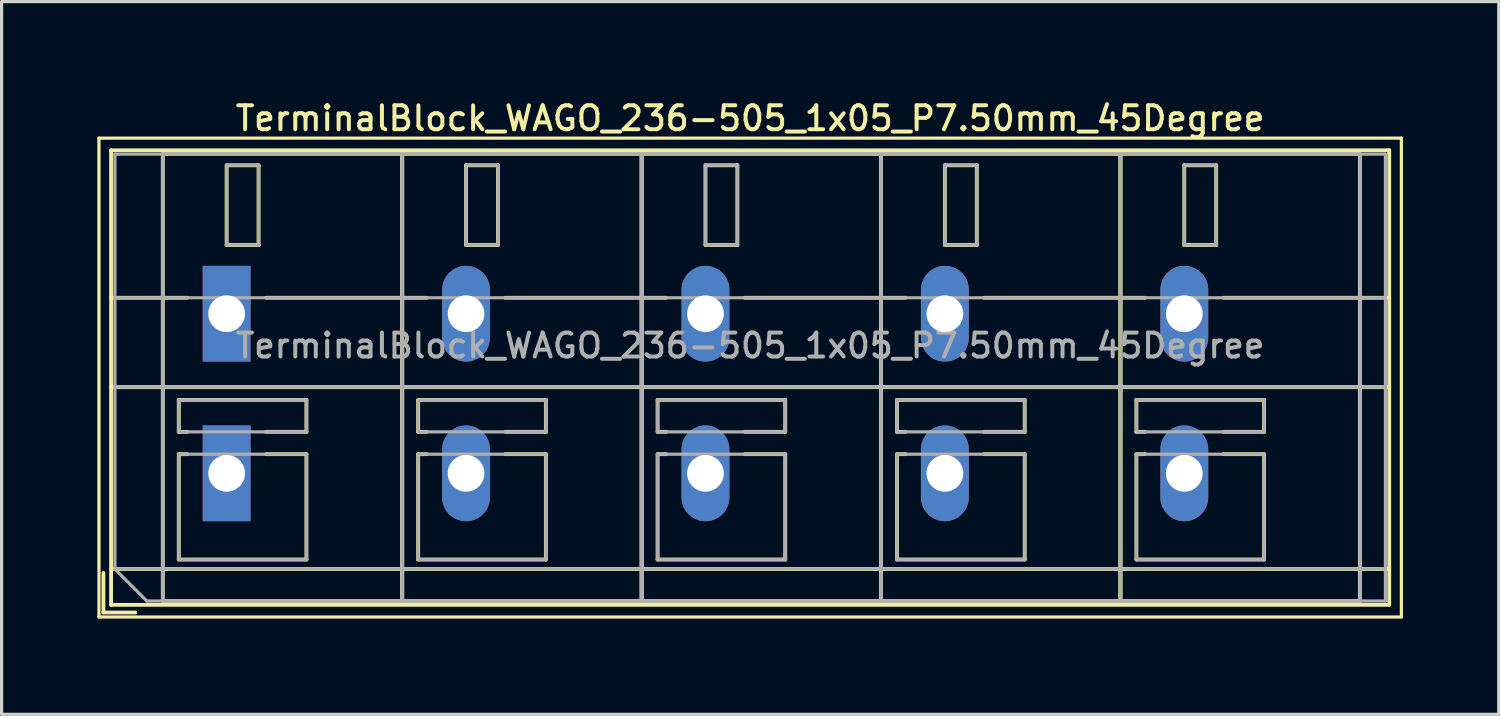
<source format=kicad_pcb>
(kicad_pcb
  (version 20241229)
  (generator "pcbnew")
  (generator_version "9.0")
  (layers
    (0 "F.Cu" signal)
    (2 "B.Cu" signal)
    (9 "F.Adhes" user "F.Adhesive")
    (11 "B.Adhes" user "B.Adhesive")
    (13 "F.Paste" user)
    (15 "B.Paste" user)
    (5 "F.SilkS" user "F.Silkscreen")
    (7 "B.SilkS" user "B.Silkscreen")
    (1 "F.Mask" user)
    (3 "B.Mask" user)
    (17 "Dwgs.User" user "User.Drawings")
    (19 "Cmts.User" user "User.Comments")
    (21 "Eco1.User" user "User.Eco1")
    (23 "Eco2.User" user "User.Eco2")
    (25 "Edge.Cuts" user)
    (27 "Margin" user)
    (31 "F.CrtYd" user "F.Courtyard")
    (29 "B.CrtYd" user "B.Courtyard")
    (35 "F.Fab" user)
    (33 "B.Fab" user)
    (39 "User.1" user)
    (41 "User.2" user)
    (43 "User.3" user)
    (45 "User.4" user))
  (footprint "TerminalBlock_WAGO_236-505_1x05_P7.50mm_45Degree"
    (layer "F.Cu")
    (at 4.05 6.778)
    (property "Reference" "TerminalBlock_WAGO_236-505_1x05_P7.50mm_45Degree" (at 16.4 -6.12 0) (layer "F.SilkS") (effects (font (size 0.75 0.75) (thickness 0.125))))
    (attr through_hole)
    (fp_line (start -4 -5.5) (end -4 9.5) (stroke (width 0.1) (type solid)) (layer "F.SilkS"))
    (fp_line (start -4 9.5) (end 36.8 9.5) (stroke (width 0.1) (type solid)) (layer "F.SilkS"))
    (fp_line (start -3.86 8.12) (end -3.86 9.36) (stroke (width 0.12) (type solid)) (layer "F.SilkS"))
    (fp_line (start -3.86 9.36) (end -2.86 9.36) (stroke (width 0.12) (type solid)) (layer "F.SilkS"))
    (fp_line (start -3.62 -5.12) (end -3.62 9.12) (stroke (width 0.12) (type solid)) (layer "F.SilkS"))
    (fp_line (start -3.62 -5.12) (end 36.42 -5.12) (stroke (width 0.12) (type solid)) (layer "F.SilkS"))
    (fp_line (start -3.62 -0.5) (end -1.23 -0.5) (stroke (width 0.12) (type solid)) (layer "F.SilkS"))
    (fp_line (start -3.62 2.3) (end 36.42 2.3) (stroke (width 0.12) (type solid)) (layer "F.SilkS"))
    (fp_line (start -3.62 8) (end 36.42 8) (stroke (width 0.12) (type solid)) (layer "F.SilkS"))
    (fp_line (start -3.62 9.12) (end 36.42 9.12) (stroke (width 0.12) (type solid)) (layer "F.SilkS"))
    (fp_line (start -2 -5) (end -2 9) (stroke (width 0.12) (type solid)) (layer "F.SilkS"))
    (fp_line (start -2 -5) (end 5.5 -5) (stroke (width 0.12) (type solid)) (layer "F.SilkS"))
    (fp_line (start -2 9) (end 5.5 9) (stroke (width 0.12) (type solid)) (layer "F.SilkS"))
    (fp_line (start -1.5 2.7) (end -1.5 3.7) (stroke (width 0.12) (type solid)) (layer "F.SilkS"))
    (fp_line (start -1.5 2.7) (end 2.5 2.7) (stroke (width 0.12) (type solid)) (layer "F.SilkS"))
    (fp_line (start -1.5 3.7) (end -1.23 3.7) (stroke (width 0.12) (type solid)) (layer "F.SilkS"))
    (fp_line (start -1.5 4.4) (end -1.5 7.7) (stroke (width 0.12) (type solid)) (layer "F.SilkS"))
    (fp_line (start -1.5 4.4) (end -1.23 4.4) (stroke (width 0.12) (type solid)) (layer "F.SilkS"))
    (fp_line (start -1.5 7.7) (end 2.5 7.7) (stroke (width 0.12) (type solid)) (layer "F.SilkS"))
    (fp_line (start 0 -4.65) (end 0 -2.151) (stroke (width 0.12) (type solid)) (layer "F.SilkS"))
    (fp_line (start 0 -4.65) (end 1 -4.65) (stroke (width 0.12) (type solid)) (layer "F.SilkS"))
    (fp_line (start 0 -2.151) (end 1 -2.151) (stroke (width 0.12) (type solid)) (layer "F.SilkS"))
    (fp_line (start 1 -4.65) (end 1 -2.151) (stroke (width 0.12) (type solid)) (layer "F.SilkS"))
    (fp_line (start 1.23 -0.5) (end 6.27 -0.5) (stroke (width 0.12) (type solid)) (layer "F.SilkS"))
    (fp_line (start 1.23 3.7) (end 2.5 3.7) (stroke (width 0.12) (type solid)) (layer "F.SilkS"))
    (fp_line (start 1.23 4.4) (end 2.5 4.4) (stroke (width 0.12) (type solid)) (layer "F.SilkS"))
    (fp_line (start 2.5 2.7) (end 2.5 3.7) (stroke (width 0.12) (type solid)) (layer "F.SilkS"))
    (fp_line (start 2.5 4.4) (end 2.5 7.7) (stroke (width 0.12) (type solid)) (layer "F.SilkS"))
    (fp_line (start 5.5 -5) (end 5.5 9) (stroke (width 0.12) (type solid)) (layer "F.SilkS"))
    (fp_line (start 5.5 -5) (end 5.5 9) (stroke (width 0.12) (type solid)) (layer "F.SilkS"))
    (fp_line (start 5.5 -5) (end 13 -5) (stroke (width 0.12) (type solid)) (layer "F.SilkS"))
    (fp_line (start 5.5 9) (end 13 9) (stroke (width 0.12) (type solid)) (layer "F.SilkS"))
    (fp_line (start 6 2.7) (end 6 3.7) (stroke (width 0.12) (type solid)) (layer "F.SilkS"))
    (fp_line (start 6 2.7) (end 10 2.7) (stroke (width 0.12) (type solid)) (layer "F.SilkS"))
    (fp_line (start 6 3.7) (end 6.27 3.7) (stroke (width 0.12) (type solid)) (layer "F.SilkS"))
    (fp_line (start 6 4.4) (end 6 7.7) (stroke (width 0.12) (type solid)) (layer "F.SilkS"))
    (fp_line (start 6 4.4) (end 6.27 4.4) (stroke (width 0.12) (type solid)) (layer "F.SilkS"))
    (fp_line (start 6 7.7) (end 10 7.7) (stroke (width 0.12) (type solid)) (layer "F.SilkS"))
    (fp_line (start 7.5 -4.65) (end 7.5 -2.151) (stroke (width 0.12) (type solid)) (layer "F.SilkS"))
    (fp_line (start 7.5 -4.65) (end 8.5 -4.65) (stroke (width 0.12) (type solid)) (layer "F.SilkS"))
    (fp_line (start 7.5 -2.151) (end 8.5 -2.151) (stroke (width 0.12) (type solid)) (layer "F.SilkS"))
    (fp_line (start 8.5 -4.65) (end 8.5 -2.151) (stroke (width 0.12) (type solid)) (layer "F.SilkS"))
    (fp_line (start 8.73 -0.5) (end 13.77 -0.5) (stroke (width 0.12) (type solid)) (layer "F.SilkS"))
    (fp_line (start 8.73 3.7) (end 10 3.7) (stroke (width 0.12) (type solid)) (layer "F.SilkS"))
    (fp_line (start 8.73 4.4) (end 10 4.4) (stroke (width 0.12) (type solid)) (layer "F.SilkS"))
    (fp_line (start 10 2.7) (end 10 3.7) (stroke (width 0.12) (type solid)) (layer "F.SilkS"))
    (fp_line (start 10 4.4) (end 10 7.7) (stroke (width 0.12) (type solid)) (layer "F.SilkS"))
    (fp_line (start 13 -5) (end 13 9) (stroke (width 0.12) (type solid)) (layer "F.SilkS"))
    (fp_line (start 13 -5) (end 13 9) (stroke (width 0.12) (type solid)) (layer "F.SilkS"))
    (fp_line (start 13 -5) (end 20.5 -5) (stroke (width 0.12) (type solid)) (layer "F.SilkS"))
    (fp_line (start 13 9) (end 20.5 9) (stroke (width 0.12) (type solid)) (layer "F.SilkS"))
    (fp_line (start 13.5 2.7) (end 13.5 3.7) (stroke (width 0.12) (type solid)) (layer "F.SilkS"))
    (fp_line (start 13.5 2.7) (end 17.5 2.7) (stroke (width 0.12) (type solid)) (layer "F.SilkS"))
    (fp_line (start 13.5 3.7) (end 13.77 3.7) (stroke (width 0.12) (type solid)) (layer "F.SilkS"))
    (fp_line (start 13.5 4.4) (end 13.5 7.7) (stroke (width 0.12) (type solid)) (layer "F.SilkS"))
    (fp_line (start 13.5 4.4) (end 13.77 4.4) (stroke (width 0.12) (type solid)) (layer "F.SilkS"))
    (fp_line (start 13.5 7.7) (end 17.5 7.7) (stroke (width 0.12) (type solid)) (layer "F.SilkS"))
    (fp_line (start 15 -4.65) (end 15 -2.151) (stroke (width 0.12) (type solid)) (layer "F.SilkS"))
    (fp_line (start 15 -4.65) (end 16 -4.65) (stroke (width 0.12) (type solid)) (layer "F.SilkS"))
    (fp_line (start 15 -2.151) (end 16 -2.151) (stroke (width 0.12) (type solid)) (layer "F.SilkS"))
    (fp_line (start 16 -4.65) (end 16 -2.151) (stroke (width 0.12) (type solid)) (layer "F.SilkS"))
    (fp_line (start 16.23 -0.5) (end 21.27 -0.5) (stroke (width 0.12) (type solid)) (layer "F.SilkS"))
    (fp_line (start 16.23 3.7) (end 17.5 3.7) (stroke (width 0.12) (type solid)) (layer "F.SilkS"))
    (fp_line (start 16.23 4.4) (end 17.5 4.4) (stroke (width 0.12) (type solid)) (layer "F.SilkS"))
    (fp_line (start 17.5 2.7) (end 17.5 3.7) (stroke (width 0.12) (type solid)) (layer "F.SilkS"))
    (fp_line (start 17.5 4.4) (end 17.5 7.7) (stroke (width 0.12) (type solid)) (layer "F.SilkS"))
    (fp_line (start 20.5 -5) (end 20.5 9) (stroke (width 0.12) (type solid)) (layer "F.SilkS"))
    (fp_line (start 20.5 -5) (end 20.5 9) (stroke (width 0.12) (type solid)) (layer "F.SilkS"))
    (fp_line (start 20.5 -5) (end 28 -5) (stroke (width 0.12) (type solid)) (layer "F.SilkS"))
    (fp_line (start 20.5 9) (end 28 9) (stroke (width 0.12) (type solid)) (layer "F.SilkS"))
    (fp_line (start 21 2.7) (end 21 3.7) (stroke (width 0.12) (type solid)) (layer "F.SilkS"))
    (fp_line (start 21 2.7) (end 25 2.7) (stroke (width 0.12) (type solid)) (layer "F.SilkS"))
    (fp_line (start 21 3.7) (end 21.27 3.7) (stroke (width 0.12) (type solid)) (layer "F.SilkS"))
    (fp_line (start 21 4.4) (end 21 7.7) (stroke (width 0.12) (type solid)) (layer "F.SilkS"))
    (fp_line (start 21 4.4) (end 21.27 4.4) (stroke (width 0.12) (type solid)) (layer "F.SilkS"))
    (fp_line (start 21 7.7) (end 25 7.7) (stroke (width 0.12) (type solid)) (layer "F.SilkS"))
    (fp_line (start 22.5 -4.65) (end 22.5 -2.151) (stroke (width 0.12) (type solid)) (layer "F.SilkS"))
    (fp_line (start 22.5 -4.65) (end 23.5 -4.65) (stroke (width 0.12) (type solid)) (layer "F.SilkS"))
    (fp_line (start 22.5 -2.151) (end 23.5 -2.151) (stroke (width 0.12) (type solid)) (layer "F.SilkS"))
    (fp_line (start 23.5 -4.65) (end 23.5 -2.151) (stroke (width 0.12) (type solid)) (layer "F.SilkS"))
    (fp_line (start 23.73 -0.5) (end 28.77 -0.5) (stroke (width 0.12) (type solid)) (layer "F.SilkS"))
    (fp_line (start 23.73 3.7) (end 25 3.7) (stroke (width 0.12) (type solid)) (layer "F.SilkS"))
    (fp_line (start 23.73 4.4) (end 25 4.4) (stroke (width 0.12) (type solid)) (layer "F.SilkS"))
    (fp_line (start 25 2.7) (end 25 3.7) (stroke (width 0.12) (type solid)) (layer "F.SilkS"))
    (fp_line (start 25 4.4) (end 25 7.7) (stroke (width 0.12) (type solid)) (layer "F.SilkS"))
    (fp_line (start 28 -5) (end 28 9) (stroke (width 0.12) (type solid)) (layer "F.SilkS"))
    (fp_line (start 28 -5) (end 28 9) (stroke (width 0.12) (type solid)) (layer "F.SilkS"))
    (fp_line (start 28 -5) (end 35.5 -5) (stroke (width 0.12) (type solid)) (layer "F.SilkS"))
    (fp_line (start 28 9) (end 35.5 9) (stroke (width 0.12) (type solid)) (layer "F.SilkS"))
    (fp_line (start 28.5 2.7) (end 28.5 3.7) (stroke (width 0.12) (type solid)) (layer "F.SilkS"))
    (fp_line (start 28.5 2.7) (end 32.5 2.7) (stroke (width 0.12) (type solid)) (layer "F.SilkS"))
    (fp_line (start 28.5 3.7) (end 28.77 3.7) (stroke (width 0.12) (type solid)) (layer "F.SilkS"))
    (fp_line (start 28.5 4.4) (end 28.5 7.7) (stroke (width 0.12) (type solid)) (layer "F.SilkS"))
    (fp_line (start 28.5 4.4) (end 28.77 4.4) (stroke (width 0.12) (type solid)) (layer "F.SilkS"))
    (fp_line (start 28.5 7.7) (end 32.5 7.7) (stroke (width 0.12) (type solid)) (layer "F.SilkS"))
    (fp_line (start 30 -4.65) (end 30 -2.151) (stroke (width 0.12) (type solid)) (layer "F.SilkS"))
    (fp_line (start 30 -4.65) (end 31 -4.65) (stroke (width 0.12) (type solid)) (layer "F.SilkS"))
    (fp_line (start 30 -2.151) (end 31 -2.151) (stroke (width 0.12) (type solid)) (layer "F.SilkS"))
    (fp_line (start 31 -4.65) (end 31 -2.151) (stroke (width 0.12) (type solid)) (layer "F.SilkS"))
    (fp_line (start 31.23 -0.5) (end 36.42 -0.5) (stroke (width 0.12) (type solid)) (layer "F.SilkS"))
    (fp_line (start 31.23 3.7) (end 32.5 3.7) (stroke (width 0.12) (type solid)) (layer "F.SilkS"))
    (fp_line (start 31.23 4.4) (end 32.5 4.4) (stroke (width 0.12) (type solid)) (layer "F.SilkS"))
    (fp_line (start 32.5 2.7) (end 32.5 3.7) (stroke (width 0.12) (type solid)) (layer "F.SilkS"))
    (fp_line (start 32.5 4.4) (end 32.5 7.7) (stroke (width 0.12) (type solid)) (layer "F.SilkS"))
    (fp_line (start 35.5 -5) (end 35.5 9) (stroke (width 0.12) (type solid)) (layer "F.SilkS"))
    (fp_line (start 36.42 -5.12) (end 36.42 9.12) (stroke (width 0.12) (type solid)) (layer "F.SilkS"))
    (fp_line (start 36.8 -5.5) (end -4 -5.5) (stroke (width 0.1) (type solid)) (layer "F.SilkS"))
    (fp_line (start 36.8 9.5) (end 36.8 -5.5) (stroke (width 0.1) (type solid)) (layer "F.SilkS"))
    (fp_line (start -3.5 -5) (end 36.3 -5) (stroke (width 0.1) (type solid)) (layer "F.Fab"))
    (fp_line (start -3.5 -0.5) (end 36.3 -0.5) (stroke (width 0.1) (type solid)) (layer "F.Fab"))
    (fp_line (start -3.5 2.3) (end 36.3 2.3) (stroke (width 0.1) (type solid)) (layer "F.Fab"))
    (fp_line (start -3.5 8) (end -3.5 -5) (stroke (width 0.1) (type solid)) (layer "F.Fab"))
    (fp_line (start -3.5 8) (end 36.3 8) (stroke (width 0.1) (type solid)) (layer "F.Fab"))
    (fp_line (start -2.5 9) (end -3.5 8) (stroke (width 0.1) (type solid)) (layer "F.Fab"))
    (fp_line (start -2 -5) (end -2 9) (stroke (width 0.1) (type solid)) (layer "F.Fab"))
    (fp_line (start -2 9) (end 5.5 9) (stroke (width 0.1) (type solid)) (layer "F.Fab"))
    (fp_line (start -1.5 2.7) (end -1.5 3.7) (stroke (width 0.1) (type solid)) (layer "F.Fab"))
    (fp_line (start -1.5 3.7) (end 2.5 3.7) (stroke (width 0.1) (type solid)) (layer "F.Fab"))
    (fp_line (start -1.5 4.4) (end -1.5 7.7) (stroke (width 0.1) (type solid)) (layer "F.Fab"))
    (fp_line (start -1.5 7.7) (end 2.5 7.7) (stroke (width 0.1) (type solid)) (layer "F.Fab"))
    (fp_line (start 0 -4.65) (end 0 -2.15) (stroke (width 0.1) (type solid)) (layer "F.Fab"))
    (fp_line (start 0 -2.15) (end 1 -2.15) (stroke (width 0.1) (type solid)) (layer "F.Fab"))
    (fp_line (start 1 -4.65) (end 0 -4.65) (stroke (width 0.1) (type solid)) (layer "F.Fab"))
    (fp_line (start 1 -2.15) (end 1 -4.65) (stroke (width 0.1) (type solid)) (layer "F.Fab"))
    (fp_line (start 2.5 2.7) (end -1.5 2.7) (stroke (width 0.1) (type solid)) (layer "F.Fab"))
    (fp_line (start 2.5 3.7) (end 2.5 2.7) (stroke (width 0.1) (type solid)) (layer "F.Fab"))
    (fp_line (start 2.5 4.4) (end -1.5 4.4) (stroke (width 0.1) (type solid)) (layer "F.Fab"))
    (fp_line (start 2.5 7.7) (end 2.5 4.4) (stroke (width 0.1) (type solid)) (layer "F.Fab"))
    (fp_line (start 5.5 -5) (end -2 -5) (stroke (width 0.1) (type solid)) (layer "F.Fab"))
    (fp_line (start 5.5 -5) (end 5.5 9) (stroke (width 0.1) (type solid)) (layer "F.Fab"))
    (fp_line (start 5.5 9) (end 5.5 -5) (stroke (width 0.1) (type solid)) (layer "F.Fab"))
    (fp_line (start 5.5 9) (end 13 9) (stroke (width 0.1) (type solid)) (layer "F.Fab"))
    (fp_line (start 6 2.7) (end 6 3.7) (stroke (width 0.1) (type solid)) (layer "F.Fab"))
    (fp_line (start 6 3.7) (end 10 3.7) (stroke (width 0.1) (type solid)) (layer "F.Fab"))
    (fp_line (start 6 4.4) (end 6 7.7) (stroke (width 0.1) (type solid)) (layer "F.Fab"))
    (fp_line (start 6 7.7) (end 10 7.7) (stroke (width 0.1) (type solid)) (layer "F.Fab"))
    (fp_line (start 7.5 -4.65) (end 7.5 -2.15) (stroke (width 0.1) (type solid)) (layer "F.Fab"))
    (fp_line (start 7.5 -2.15) (end 8.5 -2.15) (stroke (width 0.1) (type solid)) (layer "F.Fab"))
    (fp_line (start 8.5 -4.65) (end 7.5 -4.65) (stroke (width 0.1) (type solid)) (layer "F.Fab"))
    (fp_line (start 8.5 -2.15) (end 8.5 -4.65) (stroke (width 0.1) (type solid)) (layer "F.Fab"))
    (fp_line (start 10 2.7) (end 6 2.7) (stroke (width 0.1) (type solid)) (layer "F.Fab"))
    (fp_line (start 10 3.7) (end 10 2.7) (stroke (width 0.1) (type solid)) (layer "F.Fab"))
    (fp_line (start 10 4.4) (end 6 4.4) (stroke (width 0.1) (type solid)) (layer "F.Fab"))
    (fp_line (start 10 7.7) (end 10 4.4) (stroke (width 0.1) (type solid)) (layer "F.Fab"))
    (fp_line (start 13 -5) (end 5.5 -5) (stroke (width 0.1) (type solid)) (layer "F.Fab"))
    (fp_line (start 13 -5) (end 13 9) (stroke (width 0.1) (type solid)) (layer "F.Fab"))
    (fp_line (start 13 9) (end 13 -5) (stroke (width 0.1) (type solid)) (layer "F.Fab"))
    (fp_line (start 13 9) (end 20.5 9) (stroke (width 0.1) (type solid)) (layer "F.Fab"))
    (fp_line (start 13.5 2.7) (end 13.5 3.7) (stroke (width 0.1) (type solid)) (layer "F.Fab"))
    (fp_line (start 13.5 3.7) (end 17.5 3.7) (stroke (width 0.1) (type solid)) (layer "F.Fab"))
    (fp_line (start 13.5 4.4) (end 13.5 7.7) (stroke (width 0.1) (type solid)) (layer "F.Fab"))
    (fp_line (start 13.5 7.7) (end 17.5 7.7) (stroke (width 0.1) (type solid)) (layer "F.Fab"))
    (fp_line (start 15 -4.65) (end 15 -2.15) (stroke (width 0.1) (type solid)) (layer "F.Fab"))
    (fp_line (start 15 -2.15) (end 16 -2.15) (stroke (width 0.1) (type solid)) (layer "F.Fab"))
    (fp_line (start 16 -4.65) (end 15 -4.65) (stroke (width 0.1) (type solid)) (layer "F.Fab"))
    (fp_line (start 16 -2.15) (end 16 -4.65) (stroke (width 0.1) (type solid)) (layer "F.Fab"))
    (fp_line (start 17.5 2.7) (end 13.5 2.7) (stroke (width 0.1) (type solid)) (layer "F.Fab"))
    (fp_line (start 17.5 3.7) (end 17.5 2.7) (stroke (width 0.1) (type solid)) (layer "F.Fab"))
    (fp_line (start 17.5 4.4) (end 13.5 4.4) (stroke (width 0.1) (type solid)) (layer "F.Fab"))
    (fp_line (start 17.5 7.7) (end 17.5 4.4) (stroke (width 0.1) (type solid)) (layer "F.Fab"))
    (fp_line (start 20.5 -5) (end 13 -5) (stroke (width 0.1) (type solid)) (layer "F.Fab"))
    (fp_line (start 20.5 -5) (end 20.5 9) (stroke (width 0.1) (type solid)) (layer "F.Fab"))
    (fp_line (start 20.5 9) (end 20.5 -5) (stroke (width 0.1) (type solid)) (layer "F.Fab"))
    (fp_line (start 20.5 9) (end 28 9) (stroke (width 0.1) (type solid)) (layer "F.Fab"))
    (fp_line (start 21 2.7) (end 21 3.7) (stroke (width 0.1) (type solid)) (layer "F.Fab"))
    (fp_line (start 21 3.7) (end 25 3.7) (stroke (width 0.1) (type solid)) (layer "F.Fab"))
    (fp_line (start 21 4.4) (end 21 7.7) (stroke (width 0.1) (type solid)) (layer "F.Fab"))
    (fp_line (start 21 7.7) (end 25 7.7) (stroke (width 0.1) (type solid)) (layer "F.Fab"))
    (fp_line (start 22.5 -4.65) (end 22.5 -2.15) (stroke (width 0.1) (type solid)) (layer "F.Fab"))
    (fp_line (start 22.5 -2.15) (end 23.5 -2.15) (stroke (width 0.1) (type solid)) (layer "F.Fab"))
    (fp_line (start 23.5 -4.65) (end 22.5 -4.65) (stroke (width 0.1) (type solid)) (layer "F.Fab"))
    (fp_line (start 23.5 -2.15) (end 23.5 -4.65) (stroke (width 0.1) (type solid)) (layer "F.Fab"))
    (fp_line (start 25 2.7) (end 21 2.7) (stroke (width 0.1) (type solid)) (layer "F.Fab"))
    (fp_line (start 25 3.7) (end 25 2.7) (stroke (width 0.1) (type solid)) (layer "F.Fab"))
    (fp_line (start 25 4.4) (end 21 4.4) (stroke (width 0.1) (type solid)) (layer "F.Fab"))
    (fp_line (start 25 7.7) (end 25 4.4) (stroke (width 0.1) (type solid)) (layer "F.Fab"))
    (fp_line (start 28 -5) (end 20.5 -5) (stroke (width 0.1) (type solid)) (layer "F.Fab"))
    (fp_line (start 28 -5) (end 28 9) (stroke (width 0.1) (type solid)) (layer "F.Fab"))
    (fp_line (start 28 9) (end 28 -5) (stroke (width 0.1) (type solid)) (layer "F.Fab"))
    (fp_line (start 28 9) (end 35.5 9) (stroke (width 0.1) (type solid)) (layer "F.Fab"))
    (fp_line (start 28.5 2.7) (end 28.5 3.7) (stroke (width 0.1) (type solid)) (layer "F.Fab"))
    (fp_line (start 28.5 3.7) (end 32.5 3.7) (stroke (width 0.1) (type solid)) (layer "F.Fab"))
    (fp_line (start 28.5 4.4) (end 28.5 7.7) (stroke (width 0.1) (type solid)) (layer "F.Fab"))
    (fp_line (start 28.5 7.7) (end 32.5 7.7) (stroke (width 0.1) (type solid)) (layer "F.Fab"))
    (fp_line (start 30 -4.65) (end 30 -2.15) (stroke (width 0.1) (type solid)) (layer "F.Fab"))
    (fp_line (start 30 -2.15) (end 31 -2.15) (stroke (width 0.1) (type solid)) (layer "F.Fab"))
    (fp_line (start 31 -4.65) (end 30 -4.65) (stroke (width 0.1) (type solid)) (layer "F.Fab"))
    (fp_line (start 31 -2.15) (end 31 -4.65) (stroke (width 0.1) (type solid)) (layer "F.Fab"))
    (fp_line (start 32.5 2.7) (end 28.5 2.7) (stroke (width 0.1) (type solid)) (layer "F.Fab"))
    (fp_line (start 32.5 3.7) (end 32.5 2.7) (stroke (width 0.1) (type solid)) (layer "F.Fab"))
    (fp_line (start 32.5 4.4) (end 28.5 4.4) (stroke (width 0.1) (type solid)) (layer "F.Fab"))
    (fp_line (start 32.5 7.7) (end 32.5 4.4) (stroke (width 0.1) (type solid)) (layer "F.Fab"))
    (fp_line (start 35.5 -5) (end 28 -5) (stroke (width 0.1) (type solid)) (layer "F.Fab"))
    (fp_line (start 35.5 9) (end 35.5 -5) (stroke (width 0.1) (type solid)) (layer "F.Fab"))
    (fp_line (start 36.3 -5) (end 36.3 9) (stroke (width 0.1) (type solid)) (layer "F.Fab"))
    (fp_line (start 36.3 9) (end -2.5 9) (stroke (width 0.1) (type solid)) (layer "F.Fab"))
    (fp_text user "${REFERENCE}" (at 16.4 1 0) (layer "F.Fab") (effects (font (size 0.75 0.75) (thickness 0.125))))
    (pad "1" thru_hole rect (at 0 0) (size 1.5 3) (drill 1.15) (layers "*.Cu" "*.Mask"))
    (pad "1" thru_hole rect (at 0 5) (size 1.5 3) (drill 1.15) (layers "*.Cu" "*.Mask"))
    (pad "2" thru_hole oval (at 7.5 0) (size 1.5 3) (drill 1.15) (layers "*.Cu" "*.Mask"))
    (pad "2" thru_hole oval (at 7.5 5) (size 1.5 3) (drill 1.15) (layers "*.Cu" "*.Mask"))
    (pad "3" thru_hole oval (at 15 0) (size 1.5 3) (drill 1.15) (layers "*.Cu" "*.Mask"))
    (pad "3" thru_hole oval (at 15 5) (size 1.5 3) (drill 1.15) (layers "*.Cu" "*.Mask"))
    (pad "4" thru_hole oval (at 22.5 0) (size 1.5 3) (drill 1.15) (layers "*.Cu" "*.Mask"))
    (pad "4" thru_hole oval (at 22.5 5) (size 1.5 3) (drill 1.15) (layers "*.Cu" "*.Mask"))
    (pad "5" thru_hole oval (at 30 0) (size 1.5 3) (drill 1.15) (layers "*.Cu" "*.Mask"))
    (pad "5" thru_hole oval (at 30 5) (size 1.5 3) (drill 1.15) (layers "*.Cu" "*.Mask")))
  (gr_rect
    (start -3 -3)
    (end 43.9 19.328)
    (stroke (width 0.1) (type default))
    (fill no)
    (layer "Edge.Cuts")))
</source>
